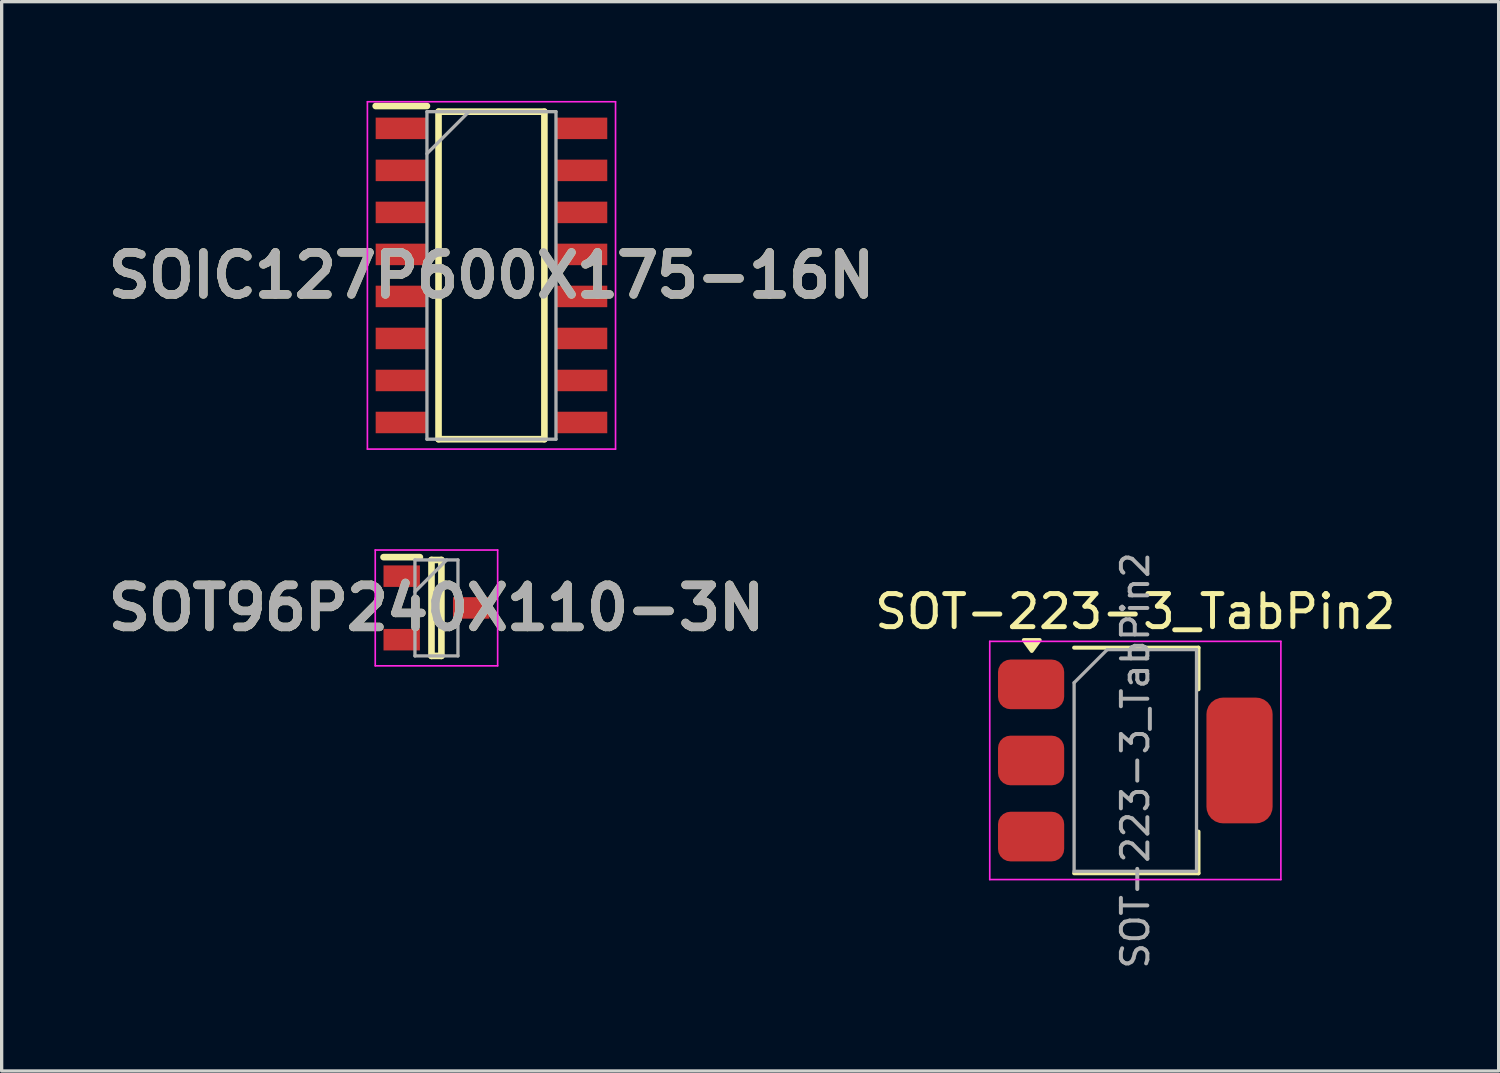
<source format=kicad_pcb>
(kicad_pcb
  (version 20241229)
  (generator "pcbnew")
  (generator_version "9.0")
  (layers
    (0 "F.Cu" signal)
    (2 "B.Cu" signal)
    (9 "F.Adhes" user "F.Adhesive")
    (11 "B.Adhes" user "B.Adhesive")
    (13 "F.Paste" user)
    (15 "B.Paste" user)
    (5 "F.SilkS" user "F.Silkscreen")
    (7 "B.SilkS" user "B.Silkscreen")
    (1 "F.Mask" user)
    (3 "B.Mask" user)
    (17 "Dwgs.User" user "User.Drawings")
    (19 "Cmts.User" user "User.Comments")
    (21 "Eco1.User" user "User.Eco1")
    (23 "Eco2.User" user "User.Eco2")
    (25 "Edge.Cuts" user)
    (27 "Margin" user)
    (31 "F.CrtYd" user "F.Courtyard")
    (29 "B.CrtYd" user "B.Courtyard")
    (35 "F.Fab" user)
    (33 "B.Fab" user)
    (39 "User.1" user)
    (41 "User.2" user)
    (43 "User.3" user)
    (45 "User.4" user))
  (footprint "SOIC127P600X175-16N"
    (layer "F.Cu")
    (at 11.805 5.275)
    (property "Reference" "SOIC127P600X175-16N" (at 0 0 0) (layer "F.SilkS") (effects (font (size 1.27 1.27) (thickness 0.254))))
    (attr smd)
    (fp_line (start -3.5 -5.12) (end -1.95 -5.12) (stroke (width 0.2) (type solid)) (layer "F.SilkS"))
    (fp_line (start -1.6 -4.95) (end 1.6 -4.95) (stroke (width 0.2) (type solid)) (layer "F.SilkS"))
    (fp_line (start -1.6 4.95) (end -1.6 -4.95) (stroke (width 0.2) (type solid)) (layer "F.SilkS"))
    (fp_line (start 1.6 -4.95) (end 1.6 4.95) (stroke (width 0.2) (type solid)) (layer "F.SilkS"))
    (fp_line (start 1.6 4.95) (end -1.6 4.95) (stroke (width 0.2) (type solid)) (layer "F.SilkS"))
    (fp_line (start -3.75 -5.25) (end 3.75 -5.25) (stroke (width 0.05) (type solid)) (layer "F.CrtYd"))
    (fp_line (start -3.75 5.25) (end -3.75 -5.25) (stroke (width 0.05) (type solid)) (layer "F.CrtYd"))
    (fp_line (start 3.75 -5.25) (end 3.75 5.25) (stroke (width 0.05) (type solid)) (layer "F.CrtYd"))
    (fp_line (start 3.75 5.25) (end -3.75 5.25) (stroke (width 0.05) (type solid)) (layer "F.CrtYd"))
    (fp_line (start -1.95 -4.95) (end 1.95 -4.95) (stroke (width 0.1) (type solid)) (layer "F.Fab"))
    (fp_line (start -1.95 -3.68) (end -0.68 -4.95) (stroke (width 0.1) (type solid)) (layer "F.Fab"))
    (fp_line (start -1.95 4.95) (end -1.95 -4.95) (stroke (width 0.1) (type solid)) (layer "F.Fab"))
    (fp_line (start 1.95 -4.95) (end 1.95 4.95) (stroke (width 0.1) (type solid)) (layer "F.Fab"))
    (fp_line (start 1.95 4.95) (end -1.95 4.95) (stroke (width 0.1) (type solid)) (layer "F.Fab"))
    (fp_text user "${REFERENCE}" (at 0 0 0) (layer "F.Fab") (effects (font (size 1.27 1.27) (thickness 0.254))))
    (pad "1" smd rect (at -2.725 -4.445 90) (size 0.65 1.55) (layers "F.Cu" "F.Mask" "F.Paste"))
    (pad "2" smd rect (at -2.725 -3.175 90) (size 0.65 1.55) (layers "F.Cu" "F.Mask" "F.Paste"))
    (pad "3" smd rect (at -2.725 -1.905 90) (size 0.65 1.55) (layers "F.Cu" "F.Mask" "F.Paste"))
    (pad "4" smd rect (at -2.725 -0.635 90) (size 0.65 1.55) (layers "F.Cu" "F.Mask" "F.Paste"))
    (pad "5" smd rect (at -2.725 0.635 90) (size 0.65 1.55) (layers "F.Cu" "F.Mask" "F.Paste"))
    (pad "6" smd rect (at -2.725 1.905 90) (size 0.65 1.55) (layers "F.Cu" "F.Mask" "F.Paste"))
    (pad "7" smd rect (at -2.725 3.175 90) (size 0.65 1.55) (layers "F.Cu" "F.Mask" "F.Paste"))
    (pad "8" smd rect (at -2.725 4.445 90) (size 0.65 1.55) (layers "F.Cu" "F.Mask" "F.Paste"))
    (pad "9" smd rect (at 2.725 4.445 90) (size 0.65 1.55) (layers "F.Cu" "F.Mask" "F.Paste"))
    (pad "10" smd rect (at 2.725 3.175 90) (size 0.65 1.55) (layers "F.Cu" "F.Mask" "F.Paste"))
    (pad "11" smd rect (at 2.725 1.905 90) (size 0.65 1.55) (layers "F.Cu" "F.Mask" "F.Paste"))
    (pad "12" smd rect (at 2.725 0.635 90) (size 0.65 1.55) (layers "F.Cu" "F.Mask" "F.Paste"))
    (pad "13" smd rect (at 2.725 -0.635 90) (size 0.65 1.55) (layers "F.Cu" "F.Mask" "F.Paste"))
    (pad "14" smd rect (at 2.725 -1.905 90) (size 0.65 1.55) (layers "F.Cu" "F.Mask" "F.Paste"))
    (pad "15" smd rect (at 2.725 -3.175 90) (size 0.65 1.55) (layers "F.Cu" "F.Mask" "F.Paste"))
    (pad "16" smd rect (at 2.725 -4.445 90) (size 0.65 1.55) (layers "F.Cu" "F.Mask" "F.Paste")))
  (footprint "SOT-223-3_TabPin2"
    (layer "F.Cu")
    (at 31.266 19.936)
    (property "Reference" "SOT-223-3_TabPin2" (at 0 -4.5 180) (layer "F.SilkS") (effects (font (size 1 1) (thickness 0.15))))
    (attr smd)
    (fp_line (start -1.85 -3.41) (end 1.91 -3.41) (stroke (width 0.12) (type solid)) (layer "F.SilkS"))
    (fp_line (start -1.85 3.41) (end 1.91 3.41) (stroke (width 0.12) (type solid)) (layer "F.SilkS"))
    (fp_line (start 1.91 -3.41) (end 1.91 -2.15) (stroke (width 0.12) (type solid)) (layer "F.SilkS"))
    (fp_line (start 1.91 3.41) (end 1.91 2.15) (stroke (width 0.12) (type solid)) (layer "F.SilkS"))
    (fp_poly (pts (xy -3.13 -3.31) (xy -3.37 -3.64) (xy -2.89 -3.64) (xy -3.13 -3.31)) (stroke (width 0.12) (type solid)) (fill yes) (layer "F.SilkS"))
    (fp_line (start -4.4 -3.6) (end -4.4 3.6) (stroke (width 0.05) (type solid)) (layer "F.CrtYd"))
    (fp_line (start -4.4 3.6) (end 4.4 3.6) (stroke (width 0.05) (type solid)) (layer "F.CrtYd"))
    (fp_line (start 4.4 -3.6) (end -4.4 -3.6) (stroke (width 0.05) (type solid)) (layer "F.CrtYd"))
    (fp_line (start 4.4 3.6) (end 4.4 -3.6) (stroke (width 0.05) (type solid)) (layer "F.CrtYd"))
    (fp_line (start -1.85 -2.35) (end -1.85 3.35) (stroke (width 0.1) (type solid)) (layer "F.Fab"))
    (fp_line (start -1.85 -2.35) (end -0.85 -3.35) (stroke (width 0.1) (type solid)) (layer "F.Fab"))
    (fp_line (start -1.85 3.35) (end 1.85 3.35) (stroke (width 0.1) (type solid)) (layer "F.Fab"))
    (fp_line (start -0.85 -3.35) (end 1.85 -3.35) (stroke (width 0.1) (type solid)) (layer "F.Fab"))
    (fp_line (start 1.85 -3.35) (end 1.85 3.35) (stroke (width 0.1) (type solid)) (layer "F.Fab"))
    (fp_text user "${REFERENCE}" (at 0 0 270) (layer "F.Fab") (effects (font (size 0.8 0.8) (thickness 0.12))))
    (pad "1" smd roundrect (at -3.15 -2.3) (size 2 1.5) (layers "F.Cu" "F.Mask" "F.Paste") (roundrect_rratio 0.25))
    (pad "2" smd roundrect (at -3.15 0) (size 2 1.5) (layers "F.Cu" "F.Mask" "F.Paste") (roundrect_rratio 0.25))
    (pad "2" smd roundrect (at 3.15 0) (size 2 3.8) (layers "F.Cu" "F.Mask" "F.Paste") (roundrect_rratio 0.25))
    (pad "3" smd roundrect (at -3.15 2.3) (size 2 1.5) (layers "F.Cu" "F.Mask" "F.Paste") (roundrect_rratio 0.25)))
  (footprint "SOT96P240X110-3N"
    (layer "F.Cu")
    (at 10.142 15.325)
    (property "Reference" "SOT96P240X110-3N" (at 0 0 0) (layer "F.SilkS") (effects (font (size 1.27 1.27) (thickness 0.254))))
    (attr smd)
    (fp_line (start -1.6 -1.535) (end -0.5 -1.535) (stroke (width 0.2) (type solid)) (layer "F.SilkS"))
    (fp_line (start -0.15 -1.45) (end 0.15 -1.45) (stroke (width 0.2) (type solid)) (layer "F.SilkS"))
    (fp_line (start -0.15 1.45) (end -0.15 -1.45) (stroke (width 0.2) (type solid)) (layer "F.SilkS"))
    (fp_line (start 0.15 -1.45) (end 0.15 1.45) (stroke (width 0.2) (type solid)) (layer "F.SilkS"))
    (fp_line (start 0.15 1.45) (end -0.15 1.45) (stroke (width 0.2) (type solid)) (layer "F.SilkS"))
    (fp_line (start -1.85 -1.75) (end 1.85 -1.75) (stroke (width 0.05) (type solid)) (layer "F.CrtYd"))
    (fp_line (start -1.85 1.75) (end -1.85 -1.75) (stroke (width 0.05) (type solid)) (layer "F.CrtYd"))
    (fp_line (start 1.85 -1.75) (end 1.85 1.75) (stroke (width 0.05) (type solid)) (layer "F.CrtYd"))
    (fp_line (start 1.85 1.75) (end -1.85 1.75) (stroke (width 0.05) (type solid)) (layer "F.CrtYd"))
    (fp_line (start -0.65 -1.45) (end 0.65 -1.45) (stroke (width 0.1) (type solid)) (layer "F.Fab"))
    (fp_line (start -0.65 -0.49) (end 0.31 -1.45) (stroke (width 0.1) (type solid)) (layer "F.Fab"))
    (fp_line (start -0.65 1.45) (end -0.65 -1.45) (stroke (width 0.1) (type solid)) (layer "F.Fab"))
    (fp_line (start 0.65 -1.45) (end 0.65 1.45) (stroke (width 0.1) (type solid)) (layer "F.Fab"))
    (fp_line (start 0.65 1.45) (end -0.65 1.45) (stroke (width 0.1) (type solid)) (layer "F.Fab"))
    (fp_text user "${REFERENCE}" (at 0 0 0) (layer "F.Fab") (effects (font (size 1.27 1.27) (thickness 0.254))))
    (pad "1" smd rect (at -1.05 -0.96 90) (size 0.65 1.1) (layers "F.Cu" "F.Mask" "F.Paste"))
    (pad "2" smd rect (at -1.05 0.96 90) (size 0.65 1.1) (layers "F.Cu" "F.Mask" "F.Paste"))
    (pad "3" smd rect (at 1.05 0 90) (size 0.65 1.1) (layers "F.Cu" "F.Mask" "F.Paste")))
  (gr_rect
    (start -3 -3)
    (end 42.248 29.321)
    (stroke (width 0.1) (type default))
    (fill no)
    (layer "Edge.Cuts")))
</source>
